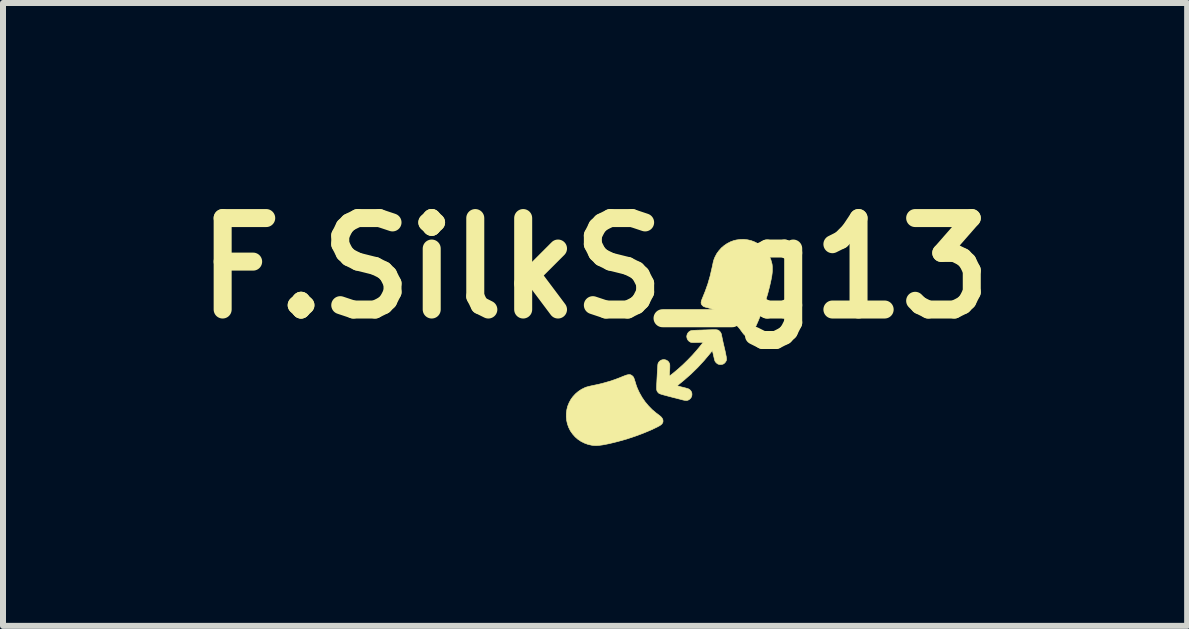
<source format=kicad_pcb>
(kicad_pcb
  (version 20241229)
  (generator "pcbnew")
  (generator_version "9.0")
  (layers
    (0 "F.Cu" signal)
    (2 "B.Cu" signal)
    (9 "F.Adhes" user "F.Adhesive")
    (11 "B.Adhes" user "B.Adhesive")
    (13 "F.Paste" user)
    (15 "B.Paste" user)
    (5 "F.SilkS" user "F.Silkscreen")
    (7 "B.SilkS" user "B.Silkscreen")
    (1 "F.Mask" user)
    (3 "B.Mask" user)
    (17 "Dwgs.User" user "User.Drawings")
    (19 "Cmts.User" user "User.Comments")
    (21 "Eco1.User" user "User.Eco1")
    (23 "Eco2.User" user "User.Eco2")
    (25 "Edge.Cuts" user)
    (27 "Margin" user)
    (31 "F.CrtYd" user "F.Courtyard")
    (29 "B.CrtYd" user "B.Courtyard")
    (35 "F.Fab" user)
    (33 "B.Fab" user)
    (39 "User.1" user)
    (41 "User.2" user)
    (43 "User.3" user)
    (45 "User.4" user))
  (footprint "F.SilkS_g13"
    (layer "F.Cu")
    (at 6.865 1.418)
    (property "Reference" "F.SilkS_g13" (at 0 0 0) (layer "F.SilkS") (effects (font (size 1.524 1.524) (thickness 0.3))))
    (attr through_hole)
    (fp_poly (pts (xy 0.592 1.777) (xy 0.608 1.785) (xy 0.621 1.795) (xy 0.631 1.804) (xy 0.638 1.813) (xy 0.645 1.825) (xy 0.651 1.84) (xy 0.658 1.861) (xy 0.666 1.887) (xy 0.667 1.888) (xy 0.684 1.945) (xy 0.703 1.997) (xy 0.725 2.046) (xy 0.741 2.079) (xy 0.784 2.155) (xy 0.833 2.226) (xy 0.889 2.293) (xy 0.95 2.356) (xy 1.016 2.412) (xy 1.054 2.44) (xy 1.082 2.462) (xy 1.104 2.482) (xy 1.119 2.502) (xy 1.129 2.521) (xy 1.132 2.541) (xy 1.133 2.546) (xy 1.131 2.565) (xy 1.124 2.581) (xy 1.113 2.597) (xy 1.096 2.612) (xy 1.072 2.628) (xy 1.041 2.644) (xy 1.041 2.645) (xy 0.92 2.702) (xy 0.792 2.755) (xy 0.659 2.804) (xy 0.522 2.849) (xy 0.383 2.888) (xy 0.241 2.923) (xy 0.182 2.935) (xy 0.123 2.946) (xy 0.069 2.953) (xy 0.022 2.956) (xy -0.02 2.955) (xy -0.054 2.951) (xy -0.117 2.937) (xy -0.177 2.915) (xy -0.233 2.887) (xy -0.284 2.853) (xy -0.331 2.812) (xy -0.372 2.766) (xy -0.409 2.714) (xy -0.414 2.705) (xy -0.44 2.653) (xy -0.46 2.596) (xy -0.473 2.538) (xy -0.479 2.478) (xy -0.478 2.417) (xy -0.47 2.358) (xy -0.456 2.3) (xy -0.454 2.296) (xy -0.431 2.24) (xy -0.402 2.187) (xy -0.366 2.138) (xy -0.324 2.093) (xy -0.278 2.054) (xy -0.227 2.02) (xy -0.173 1.993) (xy -0.151 1.984) (xy -0.137 1.98) (xy -0.116 1.974) (xy -0.092 1.968) (xy -0.066 1.962) (xy -0.039 1.956) (xy -0.038 1.956) (xy 0.061 1.935) (xy 0.155 1.911) (xy 0.245 1.885) (xy 0.332 1.856) (xy 0.419 1.823) (xy 0.467 1.803) (xy 0.501 1.79) (xy 0.53 1.78) (xy 0.554 1.775) (xy 0.575 1.774) (xy 0.592 1.777)) (stroke (width 0.01) (type solid)) (fill yes) (layer "F.SilkS"))
    (fp_poly (pts (xy 2.543 -0.472) (xy 2.6 -0.459) (xy 2.656 -0.438) (xy 2.708 -0.412) (xy 2.757 -0.379) (xy 2.801 -0.341) (xy 2.842 -0.298) (xy 2.877 -0.249) (xy 2.906 -0.196) (xy 2.93 -0.139) (xy 2.947 -0.077) (xy 2.948 -0.075) (xy 2.951 -0.058) (xy 2.953 -0.038) (xy 2.954 -0.016) (xy 2.954 0.012) (xy 2.954 0.024) (xy 2.954 0.045) (xy 2.953 0.066) (xy 2.951 0.088) (xy 2.948 0.11) (xy 2.945 0.135) (xy 2.939 0.163) (xy 2.933 0.196) (xy 2.925 0.233) (xy 2.915 0.277) (xy 2.911 0.296) (xy 2.882 0.409) (xy 2.848 0.525) (xy 2.81 0.642) (xy 2.768 0.758) (xy 2.722 0.872) (xy 2.674 0.981) (xy 2.639 1.052) (xy 2.625 1.079) (xy 2.612 1.1) (xy 2.6 1.116) (xy 2.588 1.127) (xy 2.576 1.135) (xy 2.574 1.136) (xy 2.556 1.142) (xy 2.539 1.142) (xy 2.525 1.138) (xy 2.505 1.127) (xy 2.485 1.108) (xy 2.464 1.083) (xy 2.461 1.078) (xy 2.407 1.005) (xy 2.348 0.938) (xy 2.284 0.876) (xy 2.215 0.821) (xy 2.142 0.772) (xy 2.066 0.73) (xy 2.009 0.705) (xy 1.978 0.692) (xy 1.946 0.681) (xy 1.913 0.67) (xy 1.875 0.659) (xy 1.842 0.651) (xy 1.824 0.645) (xy 1.811 0.64) (xy 1.8 0.633) (xy 1.792 0.625) (xy 1.778 0.61) (xy 1.77 0.594) (xy 1.767 0.575) (xy 1.77 0.554) (xy 1.778 0.528) (xy 1.787 0.506) (xy 1.836 0.385) (xy 1.88 0.261) (xy 1.917 0.133) (xy 1.948 -0.001) (xy 1.955 -0.032) (xy 1.962 -0.066) (xy 1.968 -0.095) (xy 1.974 -0.118) (xy 1.98 -0.139) (xy 1.987 -0.157) (xy 1.994 -0.176) (xy 2.001 -0.19) (xy 2.029 -0.243) (xy 2.065 -0.292) (xy 2.105 -0.337) (xy 2.151 -0.376) (xy 2.201 -0.41) (xy 2.255 -0.438) (xy 2.311 -0.459) (xy 2.358 -0.47) (xy 2.421 -0.478) (xy 2.483 -0.479) (xy 2.543 -0.472)) (stroke (width 0.01) (type solid)) (fill yes) (layer "F.SilkS"))
    (fp_poly (pts (xy 1.999 1.026) (xy 2.016 1.026) (xy 2.03 1.028) (xy 2.04 1.03) (xy 2.049 1.032) (xy 2.056 1.036) (xy 2.063 1.04) (xy 2.069 1.045) (xy 2.072 1.048) (xy 2.083 1.059) (xy 2.094 1.074) (xy 2.102 1.091) (xy 2.107 1.105) (xy 2.107 1.111) (xy 2.108 1.117) (xy 2.111 1.13) (xy 2.115 1.149) (xy 2.12 1.173) (xy 2.126 1.201) (xy 2.133 1.234) (xy 2.141 1.269) (xy 2.149 1.303) (xy 2.16 1.35) (xy 2.169 1.389) (xy 2.176 1.422) (xy 2.181 1.45) (xy 2.186 1.473) (xy 2.188 1.491) (xy 2.19 1.506) (xy 2.19 1.518) (xy 2.19 1.528) (xy 2.188 1.536) (xy 2.186 1.543) (xy 2.185 1.545) (xy 2.173 1.565) (xy 2.156 1.584) (xy 2.138 1.597) (xy 2.119 1.603) (xy 2.097 1.606) (xy 2.074 1.605) (xy 2.053 1.6) (xy 2.046 1.597) (xy 2.03 1.586) (xy 2.014 1.571) (xy 2.002 1.555) (xy 1.997 1.546) (xy 1.995 1.538) (xy 1.991 1.525) (xy 1.986 1.506) (xy 1.981 1.483) (xy 1.975 1.459) (xy 1.974 1.455) (xy 1.969 1.431) (xy 1.964 1.41) (xy 1.96 1.393) (xy 1.957 1.381) (xy 1.956 1.375) (xy 1.955 1.375) (xy 1.953 1.377) (xy 1.946 1.385) (xy 1.936 1.397) (xy 1.924 1.412) (xy 1.916 1.422) (xy 1.816 1.541) (xy 1.711 1.655) (xy 1.599 1.764) (xy 1.482 1.867) (xy 1.422 1.916) (xy 1.405 1.93) (xy 1.39 1.942) (xy 1.379 1.952) (xy 1.373 1.959) (xy 1.372 1.961) (xy 1.377 1.962) (xy 1.388 1.966) (xy 1.404 1.97) (xy 1.425 1.976) (xy 1.449 1.982) (xy 1.459 1.984) (xy 1.489 1.992) (xy 1.514 1.998) (xy 1.532 2.004) (xy 1.547 2.008) (xy 1.557 2.012) (xy 1.566 2.017) (xy 1.573 2.021) (xy 1.579 2.027) (xy 1.583 2.03) (xy 1.6 2.05) (xy 1.611 2.073) (xy 1.615 2.098) (xy 1.613 2.123) (xy 1.605 2.148) (xy 1.591 2.169) (xy 1.572 2.187) (xy 1.559 2.195) (xy 1.548 2.2) (xy 1.537 2.203) (xy 1.525 2.205) (xy 1.51 2.204) (xy 1.492 2.202) (xy 1.47 2.198) (xy 1.442 2.191) (xy 1.413 2.183) (xy 1.385 2.176) (xy 1.351 2.167) (xy 1.313 2.158) (xy 1.275 2.148) (xy 1.237 2.138) (xy 1.203 2.129) (xy 1.166 2.119) (xy 1.136 2.111) (xy 1.112 2.104) (xy 1.093 2.098) (xy 1.078 2.092) (xy 1.067 2.087) (xy 1.058 2.08) (xy 1.051 2.073) (xy 1.045 2.065) (xy 1.041 2.06) (xy 1.037 2.054) (xy 1.034 2.048) (xy 1.031 2.041) (xy 1.029 2.034) (xy 1.027 2.024) (xy 1.026 2.012) (xy 1.026 1.996) (xy 1.026 1.976) (xy 1.027 1.952) (xy 1.028 1.922) (xy 1.03 1.886) (xy 1.032 1.844) (xy 1.034 1.812) (xy 1.036 1.772) (xy 1.038 1.734) (xy 1.04 1.699) (xy 1.042 1.668) (xy 1.044 1.641) (xy 1.045 1.62) (xy 1.047 1.604) (xy 1.048 1.596) (xy 1.048 1.595) (xy 1.058 1.571) (xy 1.074 1.552) (xy 1.093 1.538) (xy 1.116 1.528) (xy 1.141 1.524) (xy 1.166 1.526) (xy 1.19 1.534) (xy 1.212 1.548) (xy 1.212 1.548) (xy 1.227 1.564) (xy 1.238 1.583) (xy 1.238 1.584) (xy 1.241 1.592) (xy 1.244 1.599) (xy 1.245 1.608) (xy 1.246 1.618) (xy 1.246 1.632) (xy 1.246 1.651) (xy 1.245 1.676) (xy 1.245 1.677) (xy 1.244 1.702) (xy 1.242 1.726) (xy 1.241 1.748) (xy 1.24 1.765) (xy 1.239 1.773) (xy 1.239 1.783) (xy 1.238 1.79) (xy 1.24 1.794) (xy 1.243 1.794) (xy 1.25 1.791) (xy 1.26 1.783) (xy 1.275 1.772) (xy 1.296 1.755) (xy 1.3 1.752) (xy 1.383 1.683) (xy 1.465 1.609) (xy 1.545 1.531) (xy 1.621 1.452) (xy 1.693 1.371) (xy 1.759 1.291) (xy 1.792 1.249) (xy 1.803 1.233) (xy 1.768 1.236) (xy 1.751 1.237) (xy 1.728 1.238) (xy 1.703 1.238) (xy 1.677 1.239) (xy 1.669 1.239) (xy 1.644 1.239) (xy 1.625 1.239) (xy 1.611 1.238) (xy 1.601 1.237) (xy 1.593 1.234) (xy 1.589 1.233) (xy 1.567 1.219) (xy 1.548 1.199) (xy 1.535 1.175) (xy 1.529 1.149) (xy 1.528 1.139) (xy 1.532 1.113) (xy 1.542 1.089) (xy 1.557 1.068) (xy 1.577 1.052) (xy 1.589 1.046) (xy 1.593 1.044) (xy 1.599 1.042) (xy 1.605 1.041) (xy 1.613 1.04) (xy 1.623 1.039) (xy 1.636 1.037) (xy 1.653 1.036) (xy 1.675 1.035) (xy 1.701 1.034) (xy 1.733 1.033) (xy 1.772 1.032) (xy 1.817 1.03) (xy 1.835 1.03) (xy 1.88 1.028) (xy 1.919 1.027) (xy 1.951 1.026) (xy 1.978 1.026) (xy 1.999 1.026)) (stroke (width 0.01) (type solid)) (fill yes) (layer "F.SilkS")))
  (gr_rect
    (start -3 -3)
    (end 16.731 7.379)
    (stroke (width 0.1) (type default))
    (fill no)
    (layer "Edge.Cuts")))
</source>
